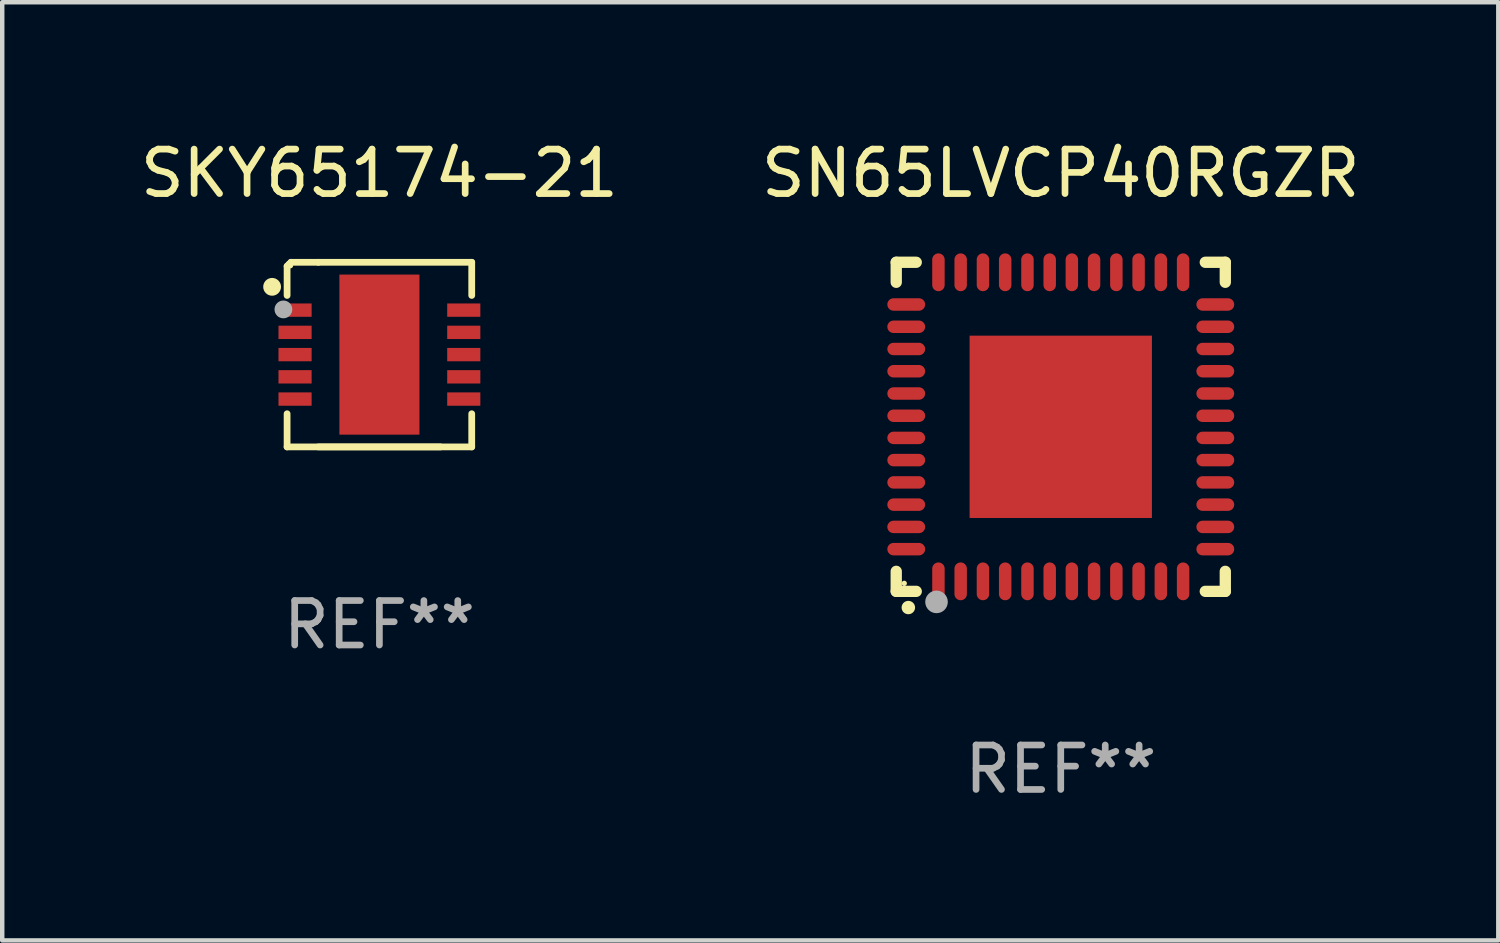
<source format=kicad_pcb>
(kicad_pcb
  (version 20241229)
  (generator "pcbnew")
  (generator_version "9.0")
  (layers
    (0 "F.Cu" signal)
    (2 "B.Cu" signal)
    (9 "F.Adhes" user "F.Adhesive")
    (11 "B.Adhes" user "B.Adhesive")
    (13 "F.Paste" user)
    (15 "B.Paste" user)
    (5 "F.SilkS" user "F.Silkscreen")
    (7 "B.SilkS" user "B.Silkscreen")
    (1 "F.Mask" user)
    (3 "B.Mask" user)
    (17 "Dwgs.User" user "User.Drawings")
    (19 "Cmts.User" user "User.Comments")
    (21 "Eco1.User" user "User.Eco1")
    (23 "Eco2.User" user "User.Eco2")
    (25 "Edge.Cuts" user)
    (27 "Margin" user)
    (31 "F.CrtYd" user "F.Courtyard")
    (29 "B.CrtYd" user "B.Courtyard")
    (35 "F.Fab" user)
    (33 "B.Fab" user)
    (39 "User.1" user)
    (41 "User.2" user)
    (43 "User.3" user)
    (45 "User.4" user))
  (footprint "SKY65174-21"
    (layer "F.Cu")
    (at 5.482 4.924)
    (property "Reference" "SKY65174-21" (at 0 -4.076 0) (layer "F.SilkS") (effects (font (size 1 1) (thickness 0.15))))
    (attr through_hole)
    (fp_line (start -2.076 -1.988) (end -2.032 -2.032) (stroke (width 0.152) (type solid)) (layer "F.SilkS"))
    (fp_line (start -2.076 -1.33) (end -2.076 -1.988) (stroke (width 0.152) (type solid)) (layer "F.SilkS"))
    (fp_line (start -2.076 2.076) (end -2.076 1.33) (stroke (width 0.152) (type solid)) (layer "F.SilkS"))
    (fp_line (start -1.988 -2.076) (end -2.032 -2.032) (stroke (width 0.152) (type solid)) (layer "F.SilkS"))
    (fp_line (start -1.373 2.076) (end 2.076 2.076) (stroke (width 0.152) (type solid)) (layer "F.SilkS"))
    (fp_line (start -1.373 -2.076) (end -1.988 -2.076) (stroke (width 0.152) (type solid)) (layer "F.SilkS"))
    (fp_line (start -1.373 -2.076) (end 2.076 -2.076) (stroke (width 0.152) (type solid)) (layer "F.SilkS"))
    (fp_line (start 1.373 2.076) (end -2.076 2.076) (stroke (width 0.152) (type solid)) (layer "F.SilkS"))
    (fp_line (start 2.076 -2.076) (end 2.076 -1.33) (stroke (width 0.152) (type solid)) (layer "F.SilkS"))
    (fp_line (start 2.076 1.33) (end 2.076 2.076) (stroke (width 0.152) (type solid)) (layer "F.SilkS"))
    (fp_circle (center -2.413 -1.524) (end -2.313 -1.524) (stroke (width 0.2) (type solid)) (fill no) (layer "F.SilkS"))
    (fp_circle (center -2 -2) (end -1.97 -2) (stroke (width 0.06) (type solid)) (fill no) (layer "F.SilkS"))
    (fp_circle (center -2.159 -1.016) (end -2.059 -1.016) (stroke (width 0.2) (type solid)) (fill no) (layer "F.Fab"))
    (fp_text user "REF**" (at 0 6.076 0) (layer "F.Fab") (effects (font (size 1 1) (thickness 0.15))))
    (pad "1" smd rect (at -1.897 -1) (size 0.745 0.3) (layers "F.Cu" "F.Mask" "F.Paste"))
    (pad "2" smd rect (at -1.897 -0.5) (size 0.745 0.3) (layers "F.Cu" "F.Mask" "F.Paste"))
    (pad "3" smd rect (at -1.897 0) (size 0.745 0.3) (layers "F.Cu" "F.Mask" "F.Paste"))
    (pad "4" smd rect (at -1.897 0.5) (size 0.745 0.3) (layers "F.Cu" "F.Mask" "F.Paste"))
    (pad "5" smd rect (at -1.897 1) (size 0.745 0.3) (layers "F.Cu" "F.Mask" "F.Paste"))
    (pad "6" smd rect (at 1.897 1) (size 0.745 0.3) (layers "F.Cu" "F.Mask" "F.Paste"))
    (pad "7" smd rect (at 1.897 0.5) (size 0.745 0.3) (layers "F.Cu" "F.Mask" "F.Paste"))
    (pad "8" smd rect (at 1.897 0) (size 0.745 0.3) (layers "F.Cu" "F.Mask" "F.Paste"))
    (pad "9" smd rect (at 1.897 -0.5) (size 0.745 0.3) (layers "F.Cu" "F.Mask" "F.Paste"))
    (pad "10" smd rect (at 1.897 -1) (size 0.745 0.3) (layers "F.Cu" "F.Mask" "F.Paste"))
    (pad "11" smd rect (at 0 0) (size 1.8 3.6) (layers "F.Cu" "F.Mask" "F.Paste")))
  (footprint "SN65LVCP40RGZR"
    (layer "F.Cu")
    (at 20.804 6.548)
    (property "Reference" "SN65LVCP40RGZR" (at 0 -5.7 0) (layer "F.SilkS") (effects (font (size 1 1) (thickness 0.15))))
    (attr through_hole)
    (fp_line (start -3.7 -3.7) (end -3.25 -3.7) (stroke (width 0.254) (type solid)) (layer "F.SilkS"))
    (fp_line (start -3.7 -3.25) (end -3.7 -3.7) (stroke (width 0.254) (type solid)) (layer "F.SilkS"))
    (fp_line (start -3.7 3.7) (end -3.7 3.25) (stroke (width 0.254) (type solid)) (layer "F.SilkS"))
    (fp_line (start -3.25 3.7) (end -3.7 3.7) (stroke (width 0.254) (type solid)) (layer "F.SilkS"))
    (fp_line (start 3.25 3.7) (end 3.7 3.7) (stroke (width 0.254) (type solid)) (layer "F.SilkS"))
    (fp_line (start 3.7 -3.7) (end 3.25 -3.7) (stroke (width 0.254) (type solid)) (layer "F.SilkS"))
    (fp_line (start 3.7 -3.25) (end 3.7 -3.7) (stroke (width 0.254) (type solid)) (layer "F.SilkS"))
    (fp_line (start 3.7 3.7) (end 3.7 3.25) (stroke (width 0.254) (type solid)) (layer "F.SilkS"))
    (fp_arc (start -3.429108 4.06411) (mid -3.427838 4.064105) (end -3.426568 4.06411) (stroke (width 0.3) (type solid)) (layer "F.SilkS"))
    (fp_circle (center -3.52 3.52) (end -3.49 3.52) (stroke (width 0.06) (type solid)) (fill no) (layer "F.SilkS"))
    (fp_circle (center -2.794 3.937) (end -2.667 3.937) (stroke (width 0.254) (type solid)) (fill no) (layer "F.Fab"))
    (fp_text user "REF**" (at 0 7.7 0) (layer "F.Fab") (effects (font (size 1 1) (thickness 0.15))))
    (pad "1" smd oval (at -2.751 3.475) (size 0.28 0.85) (layers "F.Cu" "F.Mask" "F.Paste"))
    (pad "2" smd oval (at -2.251 3.475) (size 0.28 0.85) (layers "F.Cu" "F.Mask" "F.Paste"))
    (pad "3" smd oval (at -1.75 3.475) (size 0.28 0.85) (layers "F.Cu" "F.Mask" "F.Paste"))
    (pad "4" smd oval (at -1.25 3.475) (size 0.28 0.85) (layers "F.Cu" "F.Mask" "F.Paste"))
    (pad "5" smd oval (at -0.749 3.475) (size 0.28 0.85) (layers "F.Cu" "F.Mask" "F.Paste"))
    (pad "6" smd oval (at -0.249 3.475) (size 0.28 0.85) (layers "F.Cu" "F.Mask" "F.Paste"))
    (pad "7" smd oval (at 0.249 3.475) (size 0.28 0.85) (layers "F.Cu" "F.Mask" "F.Paste"))
    (pad "8" smd oval (at 0.749 3.475) (size 0.28 0.85) (layers "F.Cu" "F.Mask" "F.Paste"))
    (pad "9" smd oval (at 1.25 3.475) (size 0.28 0.85) (layers "F.Cu" "F.Mask" "F.Paste"))
    (pad "10" smd oval (at 1.75 3.475) (size 0.28 0.85) (layers "F.Cu" "F.Mask" "F.Paste"))
    (pad "11" smd oval (at 2.25 3.475) (size 0.28 0.85) (layers "F.Cu" "F.Mask" "F.Paste"))
    (pad "12" smd oval (at 2.751 3.475) (size 0.28 0.85) (layers "F.Cu" "F.Mask" "F.Paste"))
    (pad "13" smd oval (at 3.475 2.751) (size 0.85 0.28) (layers "F.Cu" "F.Mask" "F.Paste"))
    (pad "14" smd oval (at 3.475 2.251) (size 0.85 0.28) (layers "F.Cu" "F.Mask" "F.Paste"))
    (pad "15" smd oval (at 3.475 1.75) (size 0.85 0.28) (layers "F.Cu" "F.Mask" "F.Paste"))
    (pad "16" smd oval (at 3.475 1.25) (size 0.85 0.28) (layers "F.Cu" "F.Mask" "F.Paste"))
    (pad "17" smd oval (at 3.475 0.749) (size 0.85 0.28) (layers "F.Cu" "F.Mask" "F.Paste"))
    (pad "18" smd oval (at 3.475 0.249) (size 0.85 0.28) (layers "F.Cu" "F.Mask" "F.Paste"))
    (pad "19" smd oval (at 3.475 -0.249) (size 0.85 0.28) (layers "F.Cu" "F.Mask" "F.Paste"))
    (pad "20" smd oval (at 3.475 -0.749) (size 0.85 0.28) (layers "F.Cu" "F.Mask" "F.Paste"))
    (pad "21" smd oval (at 3.475 -1.25) (size 0.85 0.28) (layers "F.Cu" "F.Mask" "F.Paste"))
    (pad "22" smd oval (at 3.475 -1.75) (size 0.85 0.28) (layers "F.Cu" "F.Mask" "F.Paste"))
    (pad "23" smd oval (at 3.475 -2.25) (size 0.85 0.28) (layers "F.Cu" "F.Mask" "F.Paste"))
    (pad "24" smd oval (at 3.475 -2.751) (size 0.85 0.28) (layers "F.Cu" "F.Mask" "F.Paste"))
    (pad "25" smd oval (at 2.751 -3.475) (size 0.28 0.85) (layers "F.Cu" "F.Mask" "F.Paste"))
    (pad "26" smd oval (at 2.25 -3.475) (size 0.28 0.85) (layers "F.Cu" "F.Mask" "F.Paste"))
    (pad "27" smd oval (at 1.75 -3.475) (size 0.28 0.85) (layers "F.Cu" "F.Mask" "F.Paste"))
    (pad "28" smd oval (at 1.25 -3.475) (size 0.28 0.85) (layers "F.Cu" "F.Mask" "F.Paste"))
    (pad "29" smd oval (at 0.749 -3.475) (size 0.28 0.85) (layers "F.Cu" "F.Mask" "F.Paste"))
    (pad "30" smd oval (at 0.249 -3.475) (size 0.28 0.85) (layers "F.Cu" "F.Mask" "F.Paste"))
    (pad "31" smd oval (at -0.249 -3.475) (size 0.28 0.85) (layers "F.Cu" "F.Mask" "F.Paste"))
    (pad "32" smd oval (at -0.749 -3.475) (size 0.28 0.85) (layers "F.Cu" "F.Mask" "F.Paste"))
    (pad "33" smd oval (at -1.25 -3.475) (size 0.28 0.85) (layers "F.Cu" "F.Mask" "F.Paste"))
    (pad "34" smd oval (at -1.75 -3.475) (size 0.28 0.85) (layers "F.Cu" "F.Mask" "F.Paste"))
    (pad "35" smd oval (at -2.251 -3.475) (size 0.28 0.85) (layers "F.Cu" "F.Mask" "F.Paste"))
    (pad "36" smd oval (at -2.751 -3.475) (size 0.28 0.85) (layers "F.Cu" "F.Mask" "F.Paste"))
    (pad "37" smd oval (at -3.475 -2.751) (size 0.85 0.28) (layers "F.Cu" "F.Mask" "F.Paste"))
    (pad "38" smd oval (at -3.475 -2.25) (size 0.85 0.28) (layers "F.Cu" "F.Mask" "F.Paste"))
    (pad "39" smd oval (at -3.475 -1.75) (size 0.85 0.28) (layers "F.Cu" "F.Mask" "F.Paste"))
    (pad "40" smd oval (at -3.475 -1.25) (size 0.85 0.28) (layers "F.Cu" "F.Mask" "F.Paste"))
    (pad "41" smd oval (at -3.475 -0.749) (size 0.85 0.28) (layers "F.Cu" "F.Mask" "F.Paste"))
    (pad "42" smd oval (at -3.475 -0.249) (size 0.85 0.28) (layers "F.Cu" "F.Mask" "F.Paste"))
    (pad "43" smd oval (at -3.475 0.249) (size 0.85 0.28) (layers "F.Cu" "F.Mask" "F.Paste"))
    (pad "44" smd oval (at -3.475 0.749) (size 0.85 0.28) (layers "F.Cu" "F.Mask" "F.Paste"))
    (pad "45" smd oval (at -3.475 1.25) (size 0.85 0.28) (layers "F.Cu" "F.Mask" "F.Paste"))
    (pad "46" smd oval (at -3.475 1.75) (size 0.85 0.28) (layers "F.Cu" "F.Mask" "F.Paste"))
    (pad "47" smd oval (at -3.475 2.251) (size 0.85 0.28) (layers "F.Cu" "F.Mask" "F.Paste"))
    (pad "48" smd oval (at -3.475 2.751) (size 0.85 0.28) (layers "F.Cu" "F.Mask" "F.Paste"))
    (pad "49" smd rect (at -0.000102 0.000102) (size 4.1 4.1) (layers "F.Cu" "F.Mask" "F.Paste")))
  (gr_rect
    (start -3 -3)
    (end 30.643 18.097)
    (stroke (width 0.1) (type default))
    (fill no)
    (layer "Edge.Cuts")))
</source>
